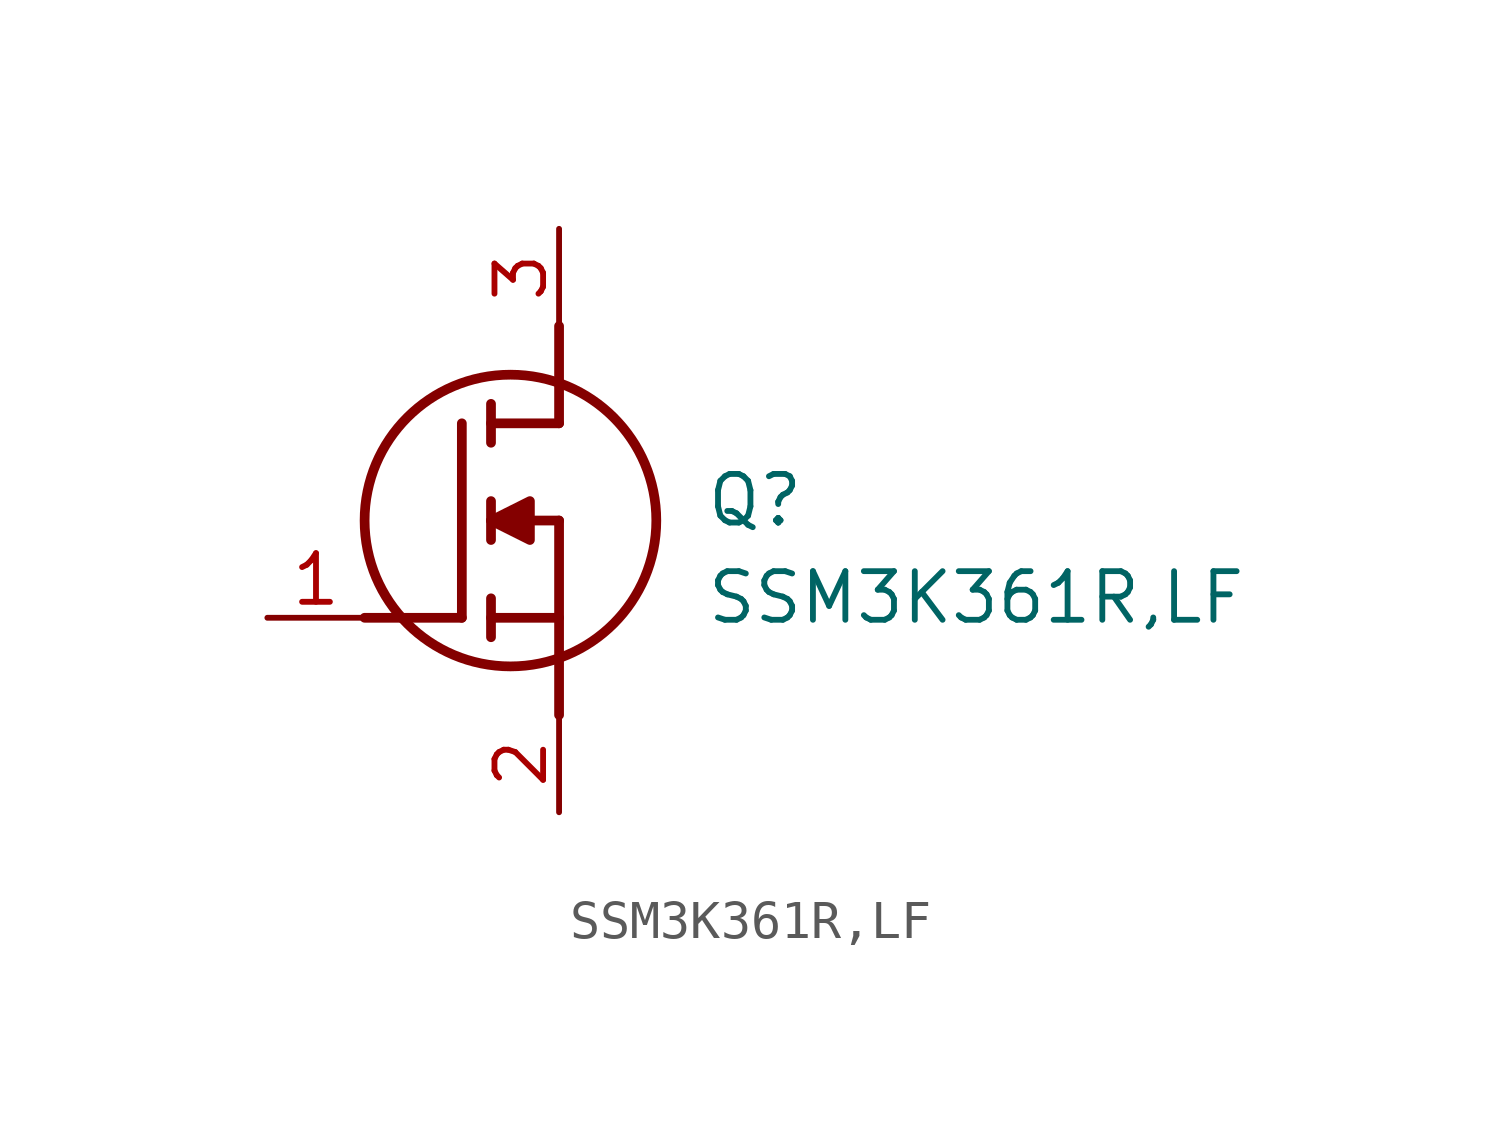
<source format=kicad_sym>
(kicad_symbol_lib
  (version 20211014)
  (generator SamacSys_ECAD_Model)
  (symbol "SSM3K361R,LF"
    (pin_names hide)
    (property "Reference" "Q"
      (at 11.43 3.81 0)
      (effects (font (size 1.27 1.27)) (justify left top)))
    (property "Value" "SSM3K361R,LF"
      (at 11.43 1.27 0)
      (effects (font (size 1.27 1.27)) (justify left top)))
    (polyline
      (pts (xy 7.62 2.54) (xy 7.62 -2.54))
      (stroke (width 0.254) (type default))
      (fill (type none)))
    (polyline
      (pts (xy 7.62 5.08) (xy 7.62 7.62))
      (stroke (width 0.254) (type default))
      (fill (type none)))
    (polyline
      (pts (xy 2.54 0) (xy 5.08 0))
      (stroke (width 0.254) (type default))
      (fill (type none)))
    (polyline
      (pts (xy 5.08 5.08) (xy 5.08 0))
      (stroke (width 0.254) (type default))
      (fill (type none)))
    (polyline
      (pts (xy 7.62 2.54) (xy 5.842 2.54))
      (stroke (width 0.254) (type default))
      (fill (type none)))
    (polyline
      (pts (xy 7.62 5.08) (xy 5.842 5.08))
      (stroke (width 0.254) (type default))
      (fill (type none)))
    (polyline
      (pts (xy 5.842 0) (xy 7.62 0))
      (stroke (width 0.254) (type default))
      (fill (type none)))
    (polyline
      (pts (xy 5.842 5.588) (xy 5.842 4.572))
      (stroke (width 0.254) (type default))
      (fill (type none)))
    (polyline
      (pts (xy 5.842 -0.508) (xy 5.842 0.508))
      (stroke (width 0.254) (type default))
      (fill (type none)))
    (polyline
      (pts (xy 5.842 2.032) (xy 5.842 3.048))
      (stroke (width 0.254) (type default))
      (fill (type none)))
    (circle
      (center 6.35 2.54)
      (radius 3.81)
      (stroke (width 0.254) (type default))
      (fill (type none)))
    (polyline
      (pts (xy 5.842 2.54) (xy 6.858 3.048) (xy 6.858 2.032) (xy 5.842 2.54))
      (stroke (width 0.254) (type default))
      (fill (type outline)))
    (pin passive line
      (at 0 0 0)
      (length 2.54)
      (name "G" (effects (font (size 1.27 1.27))))
      (number "1" (effects (font (size 1.27 1.27)))))
    (pin passive line
      (at 7.62 10.16 270)
      (length 2.54)
      (name "D" (effects (font (size 1.27 1.27))))
      (number "3" (effects (font (size 1.27 1.27)))))
    (pin passive line
      (at 7.62 -5.08 90)
      (length 2.54)
      (name "S" (effects (font (size 1.27 1.27))))
      (number "2" (effects (font (size 1.27 1.27)))))))
</source>
